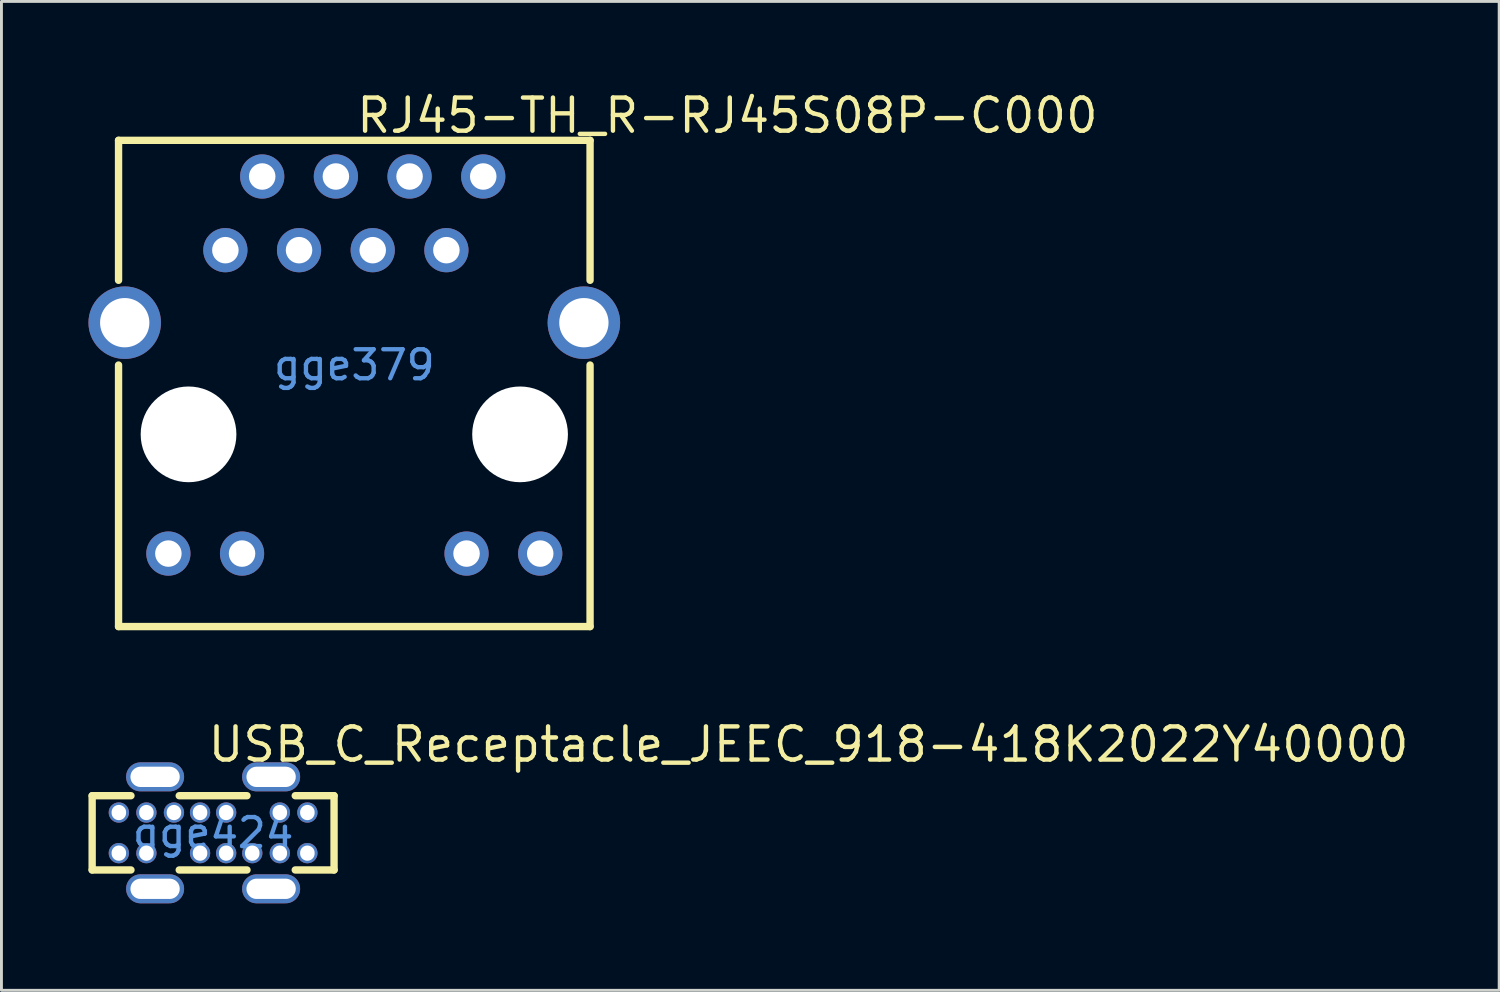
<source format=kicad_pcb>
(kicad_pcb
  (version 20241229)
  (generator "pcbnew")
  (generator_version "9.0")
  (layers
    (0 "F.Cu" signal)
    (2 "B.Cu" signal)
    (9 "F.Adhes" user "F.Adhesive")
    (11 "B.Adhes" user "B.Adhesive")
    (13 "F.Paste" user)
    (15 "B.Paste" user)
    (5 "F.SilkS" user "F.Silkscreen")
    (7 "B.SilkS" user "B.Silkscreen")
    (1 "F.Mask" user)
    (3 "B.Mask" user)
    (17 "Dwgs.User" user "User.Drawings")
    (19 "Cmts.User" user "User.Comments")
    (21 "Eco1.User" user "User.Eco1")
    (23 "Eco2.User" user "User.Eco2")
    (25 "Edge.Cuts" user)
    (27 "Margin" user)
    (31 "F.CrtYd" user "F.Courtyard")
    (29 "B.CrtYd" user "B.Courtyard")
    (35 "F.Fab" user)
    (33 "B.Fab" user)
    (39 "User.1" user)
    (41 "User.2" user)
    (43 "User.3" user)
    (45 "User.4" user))
  (footprint "USB_C_Receptacle_JEEC_918-418K2022Y40000"
    (layer "F.Cu")
    (at 4.297 25.663)
    (property "Reference" "USB_C_Receptacle_JEEC_918-418K2022Y40000" (at -0.254 -3.048 0) (layer "F.SilkS") (effects (font (size 1.143 1.143) (thickness 0.152)) (justify left)))
    (attr through_hole)
    (fp_line (start -4.17 -1.28) (end -2.832 -1.28) (stroke (width 0.254) (type solid)) (layer "F.SilkS"))
    (fp_line (start -4.17 1.28) (end -4.17 -1.28) (stroke (width 0.254) (type solid)) (layer "F.SilkS"))
    (fp_line (start -4.17 1.28) (end -2.832 1.28) (stroke (width 0.254) (type solid)) (layer "F.SilkS"))
    (fp_line (start -1.168 -1.28) (end 1.168 -1.28) (stroke (width 0.254) (type solid)) (layer "F.SilkS"))
    (fp_line (start -1.168 1.28) (end 1.168 1.28) (stroke (width 0.254) (type solid)) (layer "F.SilkS"))
    (fp_line (start 2.832 -1.28) (end 4.17 -1.28) (stroke (width 0.254) (type solid)) (layer "F.SilkS"))
    (fp_line (start 2.832 1.28) (end 4.17 1.28) (stroke (width 0.254) (type solid)) (layer "F.SilkS"))
    (fp_line (start 4.17 -1.28) (end 4.17 1.28) (stroke (width 0.254) (type solid)) (layer "F.SilkS"))
    (fp_text user "gge424" (at 0 0 0) (layer "Cmts.User") (effects (font (size 1 1) (thickness 0.15))))
    (pad "A1" thru_hole oval (at -3.25 -0.7) (size 0.7 0.7) (drill oval 0.5 0.525) (layers "*.Cu" "*.Paste" "*.Mask"))
    (pad "A4" thru_hole oval (at -2.3 -0.7) (size 0.7 0.7) (drill oval 0.5 0.525) (layers "*.Cu" "*.Paste" "*.Mask"))
    (pad "A5" thru_hole oval (at -1.35 -0.7) (size 0.7 0.7) (drill oval 0.5 0.525) (layers "*.Cu" "*.Paste" "*.Mask"))
    (pad "A6" thru_hole oval (at -0.45 -0.7) (size 0.7 0.7) (drill oval 0.5 0.525) (layers "*.Cu" "*.Paste" "*.Mask"))
    (pad "A7" thru_hole oval (at 0.45 -0.7) (size 0.7 0.7) (drill oval 0.5 0.525) (layers "*.Cu" "*.Paste" "*.Mask"))
    (pad "A9" thru_hole oval (at 2.3 -0.7) (size 0.7 0.7) (drill oval 0.5 0.525) (layers "*.Cu" "*.Paste" "*.Mask"))
    (pad "A12" thru_hole oval (at 3.25 -0.7) (size 0.7 0.7) (drill oval 0.5 0.525) (layers "*.Cu" "*.Paste" "*.Mask"))
    (pad "B1" thru_hole oval (at 3.25 0.7) (size 0.7 0.7) (drill oval 0.5 0.525) (layers "*.Cu" "*.Paste" "*.Mask"))
    (pad "B4" thru_hole oval (at 2.3 0.7) (size 0.7 0.7) (drill oval 0.5 0.525) (layers "*.Cu" "*.Paste" "*.Mask"))
    (pad "B5" thru_hole oval (at 1.35 0.7) (size 0.7 0.7) (drill oval 0.5 0.525) (layers "*.Cu" "*.Paste" "*.Mask"))
    (pad "B6" thru_hole oval (at 0.45 0.7) (size 0.7 0.7) (drill oval 0.5 0.525) (layers "*.Cu" "*.Paste" "*.Mask"))
    (pad "B7" thru_hole oval (at -0.45 0.7) (size 0.7 0.7) (drill oval 0.5 0.525) (layers "*.Cu" "*.Paste" "*.Mask"))
    (pad "B9" thru_hole oval (at -2.3 0.7) (size 0.7 0.7) (drill oval 0.5 0.525) (layers "*.Cu" "*.Paste" "*.Mask"))
    (pad "B12" thru_hole oval (at -3.25 0.7) (size 0.7 0.7) (drill oval 0.5 0.525) (layers "*.Cu" "*.Paste" "*.Mask"))
    (pad "SHLD" thru_hole oval (at -2 -1.93 90) (size 1 2) (drill oval 0.7 1.7) (layers "*.Cu" "*.Paste" "*.Mask"))
    (pad "SHLD" thru_hole oval (at -2 1.93 90) (size 1 2) (drill oval 0.7 1.7) (layers "*.Cu" "*.Paste" "*.Mask"))
    (pad "SHLD" thru_hole oval (at 2 -1.93 90) (size 1 2) (drill oval 0.7 1.7) (layers "*.Cu" "*.Paste" "*.Mask"))
    (pad "SHLD" thru_hole oval (at 2 1.93 90) (size 1 2) (drill oval 0.7 1.7) (layers "*.Cu" "*.Paste" "*.Mask")))
  (footprint "RJ45-TH_R-RJ45S08P-C000"
    (layer "F.Cu")
    (at 9.165 9.535)
    (property "Reference" "RJ45-TH_R-RJ45S08P-C000" (at 0 -8.6 0) (layer "F.SilkS") (effects (font (size 1.143 1.143) (thickness 0.152)) (justify left)))
    (attr through_hole)
    (fp_line (start -8.128 -7.747) (end -8.128 -2.921) (stroke (width 0.254) (type solid)) (layer "F.SilkS"))
    (fp_line (start -8.128 0) (end -8.128 9.017) (stroke (width 0.254) (type solid)) (layer "F.SilkS"))
    (fp_line (start -8.128 9.017) (end 8.128 9.017) (stroke (width 0.254) (type solid)) (layer "F.SilkS"))
    (fp_line (start 8.128 -7.747) (end -8.128 -7.747) (stroke (width 0.254) (type solid)) (layer "F.SilkS"))
    (fp_line (start 8.128 -2.921) (end 8.128 -7.747) (stroke (width 0.254) (type solid)) (layer "F.SilkS"))
    (fp_line (start 8.128 9.017) (end 8.128 0) (stroke (width 0.254) (type solid)) (layer "F.SilkS"))
    (fp_text user "gge379" (at 0 0 0) (layer "Cmts.User") (effects (font (size 1 1) (thickness 0.15))))
    (pad "" np_thru_hole circle (at -5.715 2.39) (size 3.3 3.3) (drill 3.3) (layers "*.Cu" "*.Mask"))
    (pad "" np_thru_hole circle (at 5.715 2.39) (size 3.3 3.3) (drill 3.3) (layers "*.Cu" "*.Mask"))
    (pad "1" thru_hole circle (at -4.445 -3.96) (size 1.524 1.524) (drill 0.914) (layers "*.Cu" "*.Paste" "*.Mask"))
    (pad "2" thru_hole circle (at -3.175 -6.5) (size 1.524 1.524) (drill 0.914) (layers "*.Cu" "*.Paste" "*.Mask"))
    (pad "3" thru_hole circle (at -1.905 -3.96) (size 1.524 1.524) (drill 0.914) (layers "*.Cu" "*.Paste" "*.Mask"))
    (pad "4" thru_hole circle (at -0.635 -6.5) (size 1.524 1.524) (drill 0.914) (layers "*.Cu" "*.Paste" "*.Mask"))
    (pad "5" thru_hole circle (at 0.635 -3.96) (size 1.524 1.524) (drill 0.914) (layers "*.Cu" "*.Paste" "*.Mask"))
    (pad "6" thru_hole circle (at 1.905 -6.5) (size 1.524 1.524) (drill 0.914) (layers "*.Cu" "*.Paste" "*.Mask"))
    (pad "7" thru_hole circle (at 3.175 -3.96) (size 1.524 1.524) (drill 0.914) (layers "*.Cu" "*.Paste" "*.Mask"))
    (pad "8" thru_hole circle (at 4.445 -6.5) (size 1.524 1.524) (drill 0.914) (layers "*.Cu" "*.Paste" "*.Mask"))
    (pad "G+" thru_hole circle (at 3.87 6.5) (size 1.524 1.524) (drill 0.914) (layers "*.Cu" "*.Paste" "*.Mask"))
    (pad "G-" thru_hole circle (at 6.41 6.5) (size 1.524 1.524) (drill 0.914) (layers "*.Cu" "*.Paste" "*.Mask"))
    (pad "S1" thru_hole circle (at -7.915 -1.46) (size 2.5 2.5) (drill 1.7) (layers "*.Cu" "*.Paste" "*.Mask"))
    (pad "S1" thru_hole circle (at 7.915 -1.46) (size 2.5 2.5) (drill 1.7) (layers "*.Cu" "*.Paste" "*.Mask"))
    (pad "Y+" thru_hole circle (at -6.41 6.5) (size 1.524 1.524) (drill 0.914) (layers "*.Cu" "*.Paste" "*.Mask"))
    (pad "Y-" thru_hole circle (at -3.87 6.5) (size 1.524 1.524) (drill 0.914) (layers "*.Cu" "*.Paste" "*.Mask")))
  (gr_rect
    (start -3 -3)
    (end 48.636 31.093)
    (stroke (width 0.1) (type default))
    (fill no)
    (layer "Edge.Cuts")))
</source>
